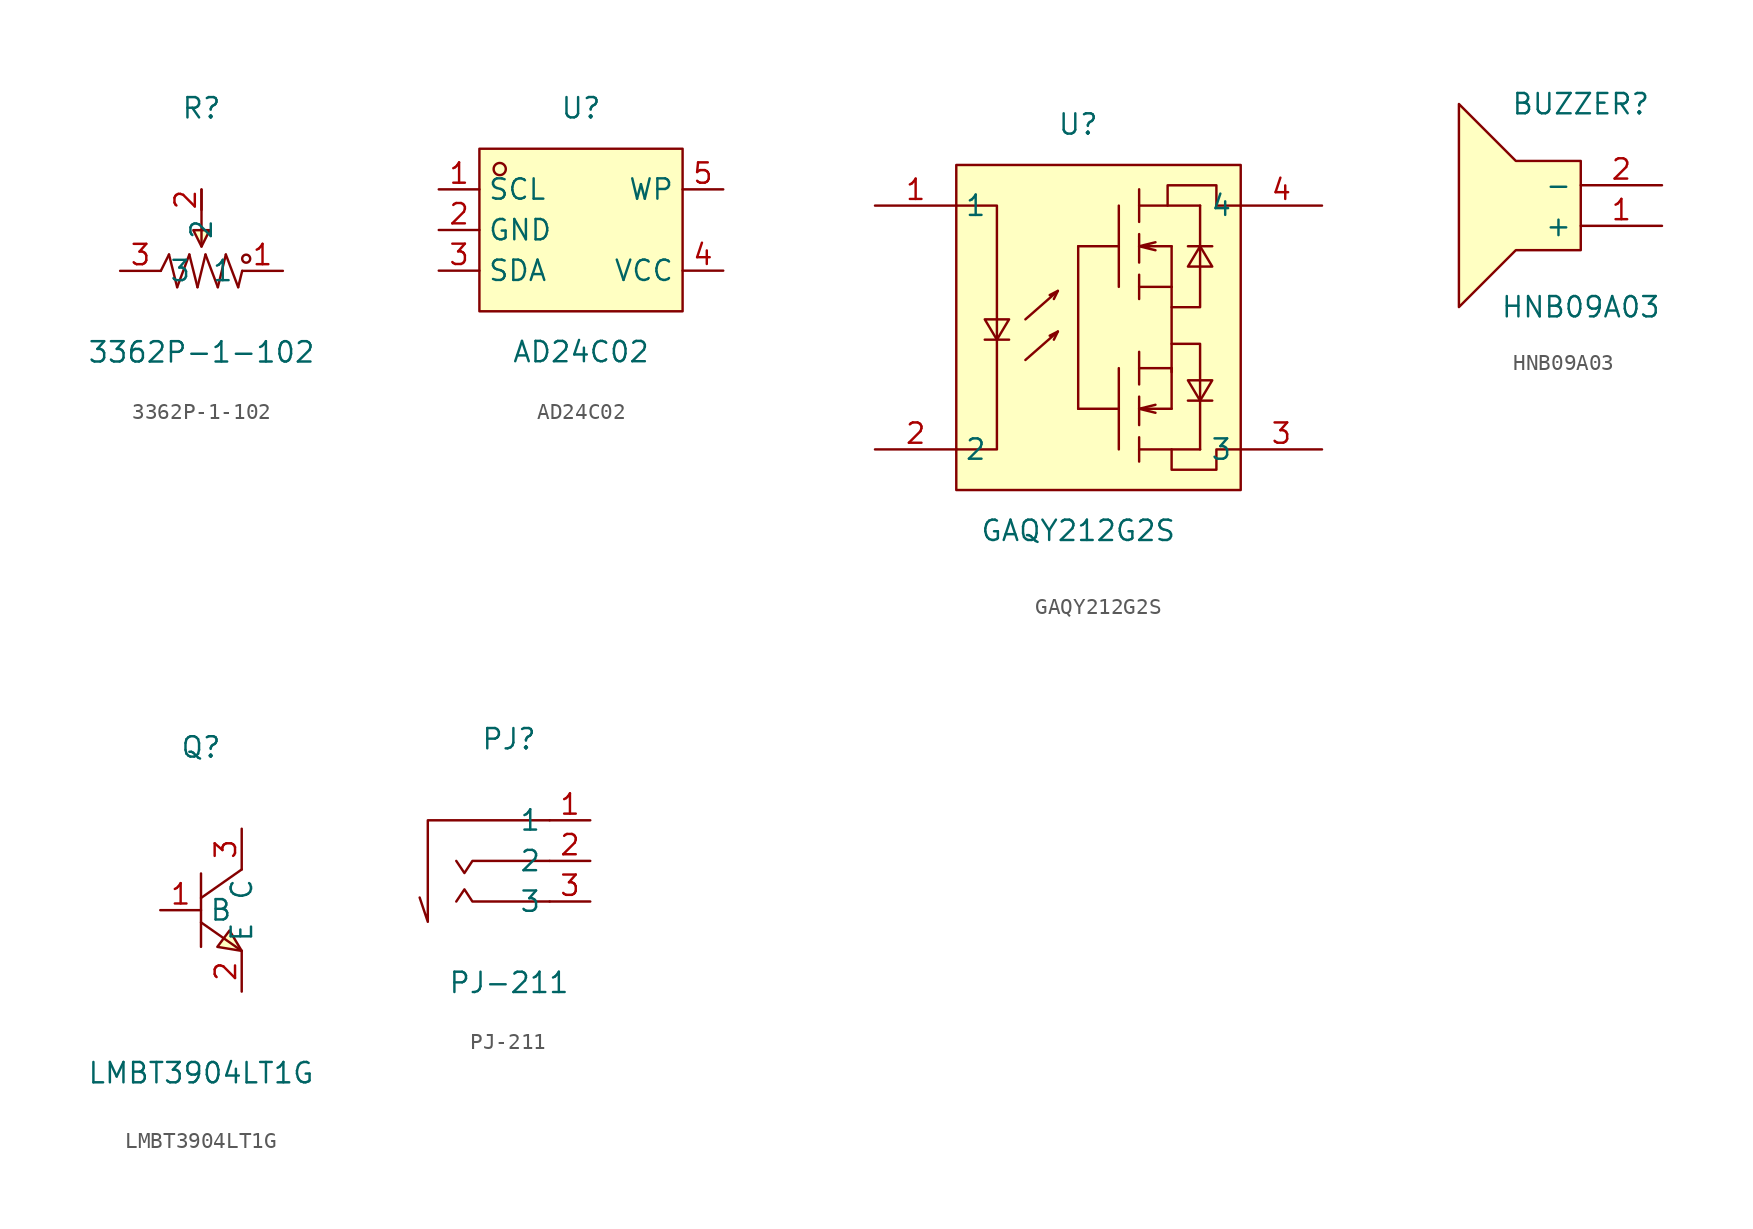
<source format=kicad_sym>
(kicad_symbol_lib
  (version 20211014)
  (generator https://github.com/uPesy/easyeda2kicad.py)
  (symbol "3362P-1-102"
    (property "Reference" "R"
      (at 0 10.16 0)
      (effects (font (size 1.27 1.27))))
    (property "Value" "3362P-1-102"
      (at 0 -5.08 0)
      (effects (font (size 1.27 1.27))))
    (symbol "3362P-1-102_0_1"
      (circle (center 2.79 0.76) (radius 0.25) (stroke (width 0) (type default) (color 0 0 0 0)) (fill (type none)))
      (polyline (pts (xy -2.54 -0.00) (xy -2.03 1.02)) (stroke (width 0) (type default) (color 0 0 0 0)) (fill (type none)))
      (polyline (pts (xy -2.03 1.02) (xy -1.52 -1.02)) (stroke (width 0) (type default) (color 0 0 0 0)) (fill (type none)))
      (polyline (pts (xy -1.52 -1.02) (xy -0.76 1.02)) (stroke (width 0) (type default) (color 0 0 0 0)) (fill (type none)))
      (polyline (pts (xy -0.76 1.02) (xy -0.25 -1.02)) (stroke (width 0) (type default) (color 0 0 0 0)) (fill (type none)))
      (polyline (pts (xy -0.25 -1.02) (xy 0.25 1.02)) (stroke (width 0) (type default) (color 0 0 0 0)) (fill (type none)))
      (polyline (pts (xy 0.25 1.02) (xy 1.02 -1.02)) (stroke (width 0) (type default) (color 0 0 0 0)) (fill (type none)))
      (polyline (pts (xy 1.02 -1.02) (xy 1.52 1.02)) (stroke (width 0) (type default) (color 0 0 0 0)) (fill (type none)))
      (polyline (pts (xy 1.52 1.02) (xy 2.29 -1.02)) (stroke (width 0) (type default) (color 0 0 0 0)) (fill (type none)))
      (polyline (pts (xy 2.29 -1.02) (xy 2.54 -0.00)) (stroke (width 0) (type default) (color 0 0 0 0)) (fill (type none)))
      (polyline (pts (xy 0.00 5.08) (xy 0.00 1.52)) (stroke (width 0) (type default) (color 0 0 0 0)) (fill (type none)))
      (polyline (pts (xy -0.51 2.54) (xy 0.00 1.52) (xy 0.51 2.54) (xy -0.51 2.54)) (stroke (width 0) (type default) (color 0 0 0 0)) (fill (type background)))
      (pin unspecified line (at -5.08 -0.00 0) (length 2.54) (name "3" (effects (font (size 1.27 1.27)))) (number "3" (effects (font (size 1.27 1.27)))))
      (pin unspecified line (at 5.08 -0.00 180) (length 2.54) (name "1" (effects (font (size 1.27 1.27)))) (number "1" (effects (font (size 1.27 1.27)))))
      (pin unspecified line (at 0.00 5.08 270) (length 1.27) (name "2" (effects (font (size 1.27 1.27)))) (number "2" (effects (font (size 1.27 1.27)))))))
  (symbol "AD24C02"
    (property "Reference" "U"
      (at 0 7.62 0)
      (effects (font (size 1.27 1.27))))
    (property "Value" "AD24C02"
      (at 0 -7.62 0)
      (effects (font (size 1.27 1.27))))
    (symbol "AD24C02_0_1"
      (rectangle (start -6.35 5.08) (end 6.35 -5.08) (stroke (width 0) (type default) (color 0 0 0 0)) (fill (type background)))
      (circle (center -5.08 3.81) (radius 0.38) (stroke (width 0) (type default) (color 0 0 0 0)) (fill (type none)))
      (pin unspecified line (at -8.89 2.54 0) (length 2.54) (name "SCL" (effects (font (size 1.27 1.27)))) (number "1" (effects (font (size 1.27 1.27)))))
      (pin unspecified line (at -8.89 -0.00 0) (length 2.54) (name "GND" (effects (font (size 1.27 1.27)))) (number "2" (effects (font (size 1.27 1.27)))))
      (pin unspecified line (at -8.89 -2.54 0) (length 2.54) (name "SDA" (effects (font (size 1.27 1.27)))) (number "3" (effects (font (size 1.27 1.27)))))
      (pin unspecified line (at 8.89 -2.54 180) (length 2.54) (name "VCC" (effects (font (size 1.27 1.27)))) (number "4" (effects (font (size 1.27 1.27)))))
      (pin unspecified line (at 8.89 2.54 180) (length 2.54) (name "WP" (effects (font (size 1.27 1.27)))) (number "5" (effects (font (size 1.27 1.27)))))))
  (symbol "GAQY212G2S"
    (property "Reference" "U"
      (at 0 12.70 0)
      (effects (font (size 1.27 1.27))))
    (property "Value" "GAQY212G2S"
      (at 0 -12.70 0)
      (effects (font (size 1.27 1.27))))
    (symbol "GAQY212G2S_0_1"
      (rectangle (start -7.62 10.16) (end 10.16 -10.16) (stroke (width 0) (type default) (color 0 0 0 0)) (fill (type background)))
      (polyline (pts (xy 2.54 7.62) (xy 2.54 2.54)) (stroke (width 0) (type default) (color 0 0 0 0)) (fill (type none)))
      (polyline (pts (xy 3.81 8.64) (xy 3.81 6.60)) (stroke (width 0) (type default) (color 0 0 0 0)) (fill (type none)))
      (polyline (pts (xy 3.81 5.84) (xy 3.81 4.06)) (stroke (width 0) (type default) (color 0 0 0 0)) (fill (type none)))
      (polyline (pts (xy 3.81 3.30) (xy 3.81 1.78)) (stroke (width 0) (type default) (color 0 0 0 0)) (fill (type none)))
      (polyline (pts (xy 3.81 7.62) (xy 7.62 7.62)) (stroke (width 0) (type default) (color 0 0 0 0)) (fill (type none)))
      (polyline (pts (xy 3.81 2.54) (xy 5.84 2.54)) (stroke (width 0) (type default) (color 0 0 0 0)) (fill (type none)))
      (polyline (pts (xy 5.84 5.08) (xy 5.84 2.54)) (stroke (width 0) (type default) (color 0 0 0 0)) (fill (type none)))
      (polyline (pts (xy 2.54 5.08) (xy 0.00 5.08)) (stroke (width 0) (type default) (color 0 0 0 0)) (fill (type none)))
      (polyline (pts (xy 5.84 5.08) (xy 3.81 5.08) (xy 4.83 4.83)) (stroke (width 0) (type default) (color 0 0 0 0)) (fill (type none)))
      (polyline (pts (xy 3.81 5.08) (xy 4.83 5.33)) (stroke (width 0) (type default) (color 0 0 0 0)) (fill (type none)))
      (polyline (pts (xy 8.38 3.81) (xy 6.86 3.81) (xy 7.62 5.08) (xy 8.38 3.81)) (stroke (width 0) (type default) (color 0 0 0 0)) (fill (type background)))
      (polyline (pts (xy 8.38 5.08) (xy 6.86 5.08)) (stroke (width 0) (type default) (color 0 0 0 0)) (fill (type none)))
      (polyline (pts (xy 2.54 -2.54) (xy 2.54 -7.62)) (stroke (width 0) (type default) (color 0 0 0 0)) (fill (type none)))
      (polyline (pts (xy 3.81 -1.52) (xy 3.81 -3.56)) (stroke (width 0) (type default) (color 0 0 0 0)) (fill (type none)))
      (polyline (pts (xy 3.81 -4.32) (xy 3.81 -6.10)) (stroke (width 0) (type default) (color 0 0 0 0)) (fill (type none)))
      (polyline (pts (xy 3.81 -6.86) (xy 3.81 -8.38)) (stroke (width 0) (type default) (color 0 0 0 0)) (fill (type none)))
      (polyline (pts (xy 3.81 -2.54) (xy 5.84 -2.54)) (stroke (width 0) (type default) (color 0 0 0 0)) (fill (type none)))
      (polyline (pts (xy 5.84 2.54) (xy 5.84 -2.79)) (stroke (width 0) (type default) (color 0 0 0 0)) (fill (type none)))
      (polyline (pts (xy 3.81 -7.62) (xy 7.62 -7.62)) (stroke (width 0) (type default) (color 0 0 0 0)) (fill (type none)))
      (polyline (pts (xy 5.84 -2.54) (xy 5.84 -5.08)) (stroke (width 0) (type default) (color 0 0 0 0)) (fill (type none)))
      (polyline (pts (xy 2.54 -5.08) (xy 0.00 -5.08)) (stroke (width 0) (type default) (color 0 0 0 0)) (fill (type none)))
      (polyline (pts (xy 5.84 -5.08) (xy 3.81 -5.08) (xy 4.83 -5.33)) (stroke (width 0) (type default) (color 0 0 0 0)) (fill (type none)))
      (polyline (pts (xy 3.81 -5.08) (xy 4.83 -4.83)) (stroke (width 0) (type default) (color 0 0 0 0)) (fill (type none)))
      (polyline (pts (xy 6.86 -3.30) (xy 8.38 -3.30) (xy 7.62 -4.57) (xy 6.86 -3.30)) (stroke (width 0) (type default) (color 0 0 0 0)) (fill (type background)))
      (polyline (pts (xy 6.86 -4.57) (xy 8.38 -4.57)) (stroke (width 0) (type default) (color 0 0 0 0)) (fill (type none)))
      (polyline (pts (xy 5.84 1.27) (xy 7.62 1.27) (xy 7.62 7.62)) (stroke (width 0) (type default) (color 0 0 0 0)) (fill (type none)))
      (polyline (pts (xy 5.84 -1.02) (xy 7.62 -1.02) (xy 7.62 -7.62)) (stroke (width 0) (type default) (color 0 0 0 0)) (fill (type none)))
      (polyline (pts (xy 0.00 5.08) (xy 0.00 -5.08)) (stroke (width 0) (type default) (color 0 0 0 0)) (fill (type none)))
      (polyline (pts (xy -7.62 7.62) (xy -5.08 7.62) (xy -5.08 -7.62) (xy -7.62 -7.62)) (stroke (width 0) (type default) (color 0 0 0 0)) (fill (type none)))
      (polyline (pts (xy -5.84 0.51) (xy -4.32 0.51) (xy -5.08 -0.76) (xy -5.84 0.51)) (stroke (width 0) (type default) (color 0 0 0 0)) (fill (type background)))
      (polyline (pts (xy -5.84 -0.76) (xy -4.32 -0.76)) (stroke (width 0) (type default) (color 0 0 0 0)) (fill (type none)))
      (polyline (pts (xy -3.30 0.51) (xy -1.27 2.29) (xy -1.78 2.03)) (stroke (width 0) (type default) (color 0 0 0 0)) (fill (type none)))
      (polyline (pts (xy -1.27 2.29) (xy -1.52 1.78)) (stroke (width 0) (type default) (color 0 0 0 0)) (fill (type none)))
      (polyline (pts (xy -3.30 -2.03) (xy -1.27 -0.25) (xy -1.78 -0.51)) (stroke (width 0) (type default) (color 0 0 0 0)) (fill (type none)))
      (polyline (pts (xy -1.27 -0.25) (xy -1.52 -0.76)) (stroke (width 0) (type default) (color 0 0 0 0)) (fill (type none)))
      (polyline (pts (xy 5.59 7.62) (xy 5.59 8.89) (xy 8.64 8.89) (xy 8.64 7.62) (xy 10.16 7.62)) (stroke (width 0) (type default) (color 0 0 0 0)) (fill (type none)))
      (polyline (pts (xy 5.84 -7.62) (xy 5.84 -8.89) (xy 8.64 -8.89) (xy 8.64 -7.62) (xy 10.16 -7.62)) (stroke (width 0) (type default) (color 0 0 0 0)) (fill (type none)))
      (pin unspecified line (at -12.70 7.62 0) (length 5.08) (name "1" (effects (font (size 1.27 1.27)))) (number "1" (effects (font (size 1.27 1.27)))))
      (pin unspecified line (at -12.70 -7.62 0) (length 5.08) (name "2" (effects (font (size 1.27 1.27)))) (number "2" (effects (font (size 1.27 1.27)))))
      (pin unspecified line (at 15.24 -7.62 180) (length 5.08) (name "3" (effects (font (size 1.27 1.27)))) (number "3" (effects (font (size 1.27 1.27)))))
      (pin unspecified line (at 15.24 7.62 180) (length 5.08) (name "4" (effects (font (size 1.27 1.27)))) (number "4" (effects (font (size 1.27 1.27)))))))
  (symbol "HNB09A03"
    (property "Reference" "BUZZER"
      (at 0 7.62 0)
      (effects (font (size 1.27 1.27))))
    (property "Value" "HNB09A03"
      (at 0 -5.08 0)
      (effects (font (size 1.27 1.27))))
    (symbol "HNB09A03_0_1"
      (polyline (pts (xy -4.06 4.06) (xy 0.00 4.06) (xy 0.00 -1.52) (xy -4.06 -1.52) (xy -7.62 -5.08) (xy -7.62 7.62) (xy -4.06 4.06)) (stroke (width 0) (type default) (color 0 0 0 0)) (fill (type background)))
      (pin unspecified line (at 5.08 -0.00 180) (length 5.08) (name "+" (effects (font (size 1.27 1.27)))) (number "1" (effects (font (size 1.27 1.27)))))
      (pin unspecified line (at 5.08 2.54 180) (length 5.08) (name "-" (effects (font (size 1.27 1.27)))) (number "2" (effects (font (size 1.27 1.27)))))))
  (symbol "LMBT3904LT1G"
    (property "Reference" "Q"
      (at 0 10.16 0)
      (effects (font (size 1.27 1.27))))
    (property "Value" "LMBT3904LT1G"
      (at 0 -10.16 0)
      (effects (font (size 1.27 1.27))))
    (symbol "LMBT3904LT1G_0_1"
      (polyline (pts (xy 2.54 2.54) (xy 0.00 0.76)) (stroke (width 0) (type default) (color 0 0 0 0)) (fill (type none)))
      (polyline (pts (xy 0.00 -0.76) (xy 2.54 -2.54)) (stroke (width 0) (type default) (color 0 0 0 0)) (fill (type none)))
      (polyline (pts (xy 0.00 2.29) (xy 0.00 -2.29)) (stroke (width 0) (type default) (color 0 0 0 0)) (fill (type none)))
      (polyline (pts (xy 2.54 -2.54) (xy 1.78 -1.27) (xy 1.02 -2.29) (xy 2.54 -2.54)) (stroke (width 0) (type default) (color 0 0 0 0)) (fill (type background)))
      (pin unspecified line (at 2.54 5.08 270) (length 2.54) (name "C" (effects (font (size 1.27 1.27)))) (number "3" (effects (font (size 1.27 1.27)))))
      (pin unspecified line (at -2.54 -0.00 0) (length 2.54) (name "B" (effects (font (size 1.27 1.27)))) (number "1" (effects (font (size 1.27 1.27)))))
      (pin unspecified line (at 2.54 -5.08 90) (length 2.54) (name "E" (effects (font (size 1.27 1.27)))) (number "2" (effects (font (size 1.27 1.27)))))))
  (symbol "PJ-211"
    (property "Reference" "PJ"
      (at 0 7.62 0)
      (effects (font (size 1.27 1.27))))
    (property "Value" "PJ-211"
      (at 0 -7.62 0)
      (effects (font (size 1.27 1.27))))
    (symbol "PJ-211_0_1"
      (polyline (pts (xy 2.54 -2.54) (xy -2.29 -2.54) (xy -2.79 -1.78) (xy -3.30 -2.54)) (stroke (width 0) (type default) (color 0 0 0 0)) (fill (type none)))
      (polyline (pts (xy 2.54 2.54) (xy -5.08 2.54) (xy -5.08 -3.81) (xy -5.59 -2.29)) (stroke (width 0) (type default) (color 0 0 0 0)) (fill (type none)))
      (polyline (pts (xy 2.54 -0.00) (xy -2.29 -0.00) (xy -2.79 -0.76) (xy -3.30 -0.00)) (stroke (width 0) (type default) (color 0 0 0 0)) (fill (type none)))
      (pin unspecified line (at 5.08 -2.54 180) (length 2.54) (name "3" (effects (font (size 1.27 1.27)))) (number "3" (effects (font (size 1.27 1.27)))))
      (pin unspecified line (at 5.08 -0.00 180) (length 2.54) (name "2" (effects (font (size 1.27 1.27)))) (number "2" (effects (font (size 1.27 1.27)))))
      (pin unspecified line (at 5.08 2.54 180) (length 2.54) (name "1" (effects (font (size 1.27 1.27)))) (number "1" (effects (font (size 1.27 1.27))))))))
</source>
